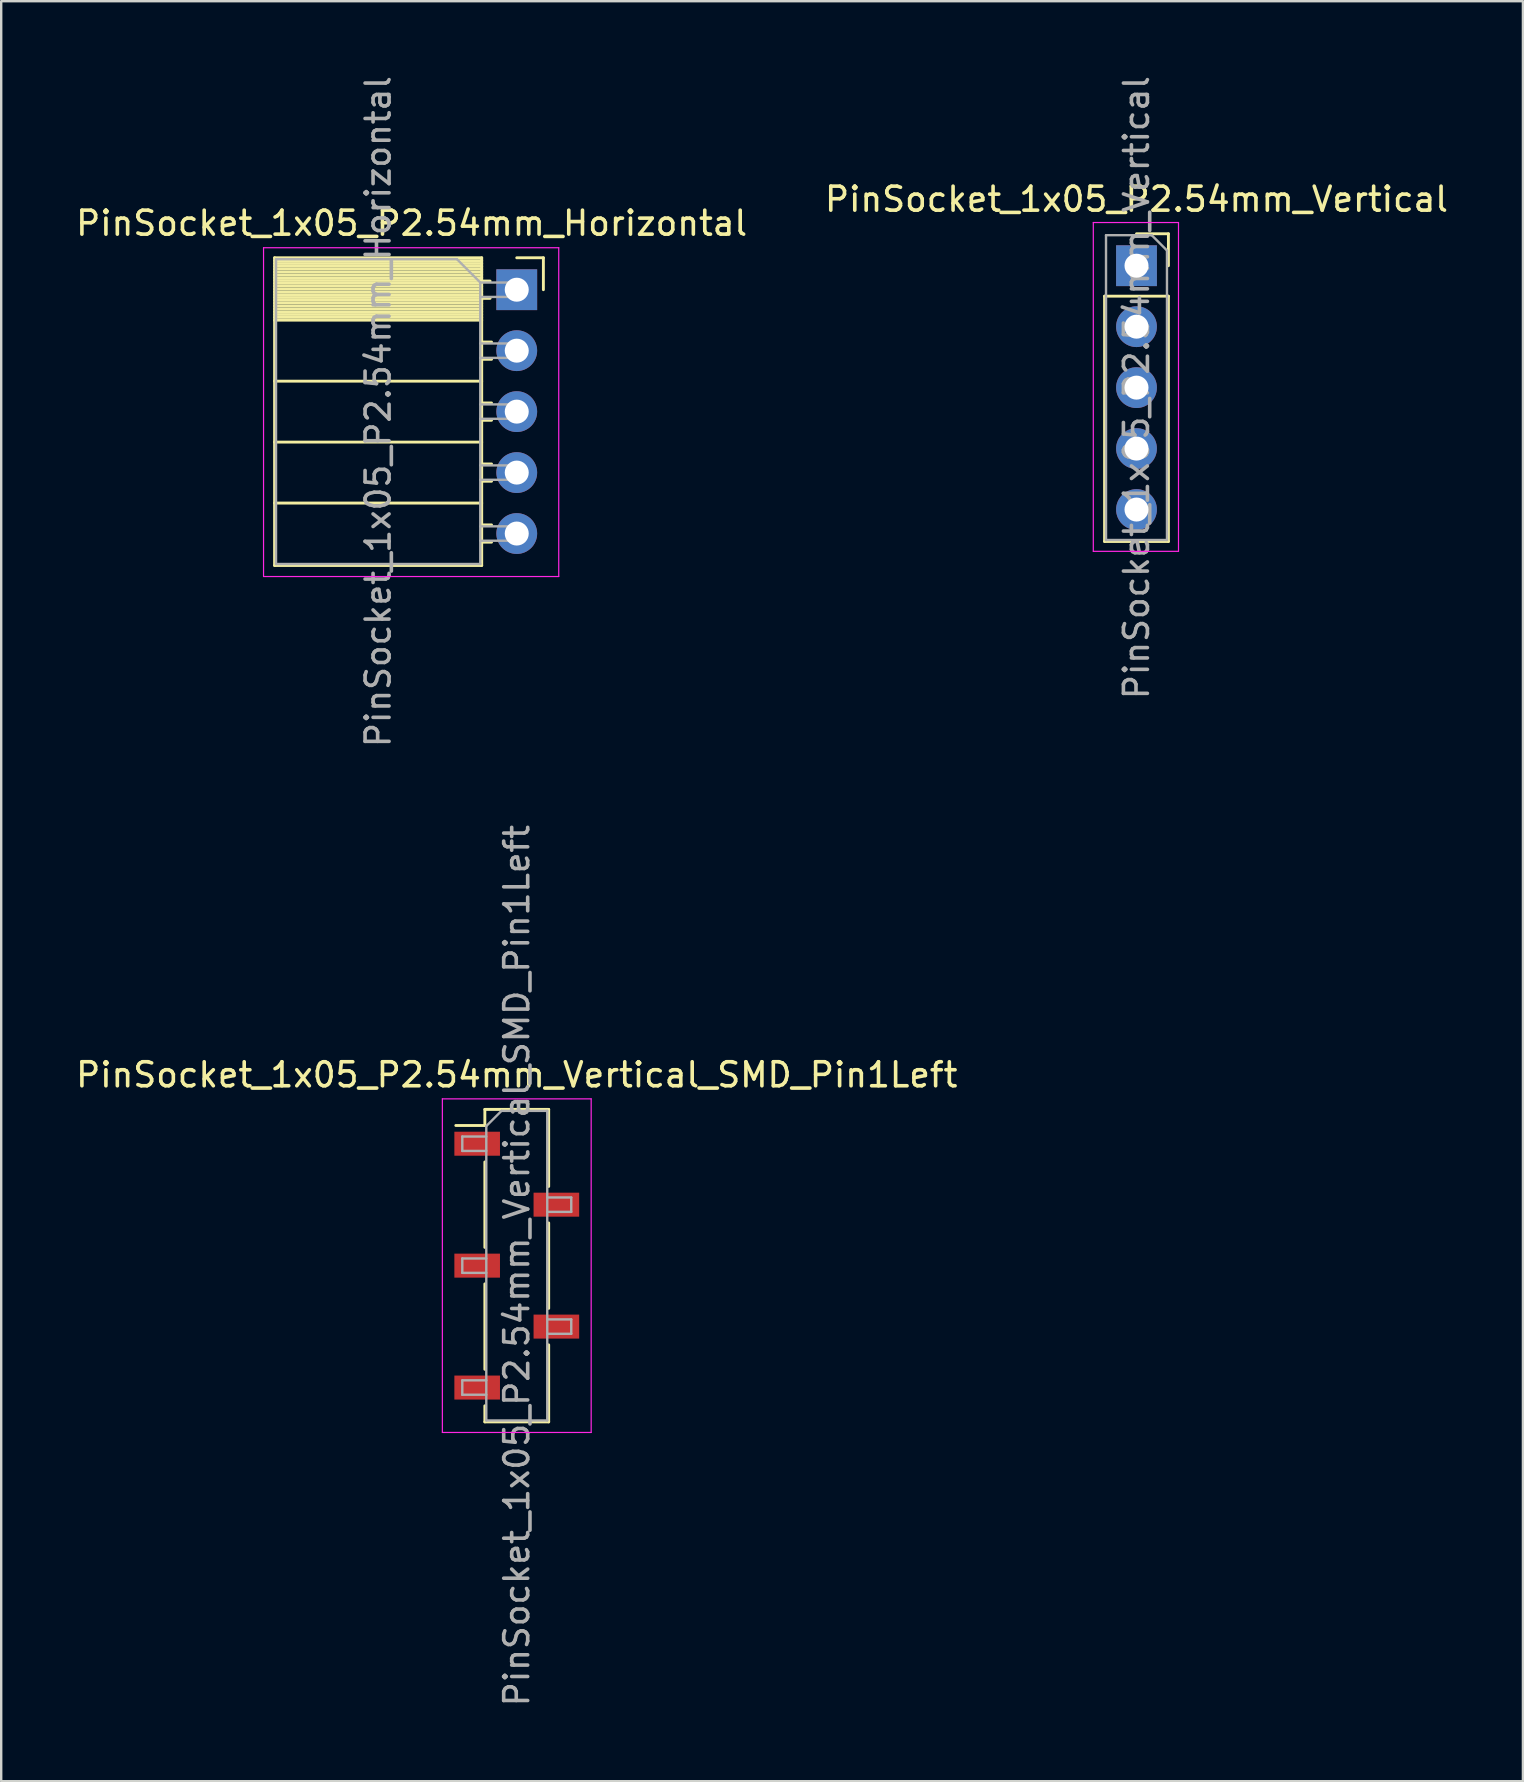
<source format=kicad_pcb>
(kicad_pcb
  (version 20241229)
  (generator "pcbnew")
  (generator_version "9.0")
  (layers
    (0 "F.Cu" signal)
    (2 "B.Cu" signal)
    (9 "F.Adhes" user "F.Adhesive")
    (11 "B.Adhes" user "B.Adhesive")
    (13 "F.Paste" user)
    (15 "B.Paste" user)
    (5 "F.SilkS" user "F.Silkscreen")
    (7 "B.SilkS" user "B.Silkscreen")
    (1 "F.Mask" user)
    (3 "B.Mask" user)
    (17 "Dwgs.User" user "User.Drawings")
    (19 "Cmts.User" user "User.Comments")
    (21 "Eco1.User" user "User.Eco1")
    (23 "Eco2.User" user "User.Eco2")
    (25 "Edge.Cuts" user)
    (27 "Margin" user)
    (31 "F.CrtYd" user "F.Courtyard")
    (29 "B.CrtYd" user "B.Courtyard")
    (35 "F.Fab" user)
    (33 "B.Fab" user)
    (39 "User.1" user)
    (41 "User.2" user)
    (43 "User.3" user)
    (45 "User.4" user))
  (footprint "PinSocket_1x05_P2.54mm_Vertical_SMD_Pin1Left"
    (layer "F.Cu")
    (at 18.482 49.685)
    (property "Reference" "PinSocket_1x05_P2.54mm_Vertical_SMD_Pin1Left" (at 0 -7.95 0) (layer "F.SilkS") (effects (font (size 1 1) (thickness 0.15))))
    (attr smd)
    (fp_line (start -2.54 -5.84) (end -1.33 -5.84) (stroke (width 0.12) (type solid)) (layer "F.SilkS"))
    (fp_line (start -1.33 -6.51) (end -1.33 -5.84) (stroke (width 0.12) (type solid)) (layer "F.SilkS"))
    (fp_line (start -1.33 -6.51) (end 1.33 -6.51) (stroke (width 0.12) (type solid)) (layer "F.SilkS"))
    (fp_line (start -1.33 -4.32) (end -1.33 -0.76) (stroke (width 0.12) (type solid)) (layer "F.SilkS"))
    (fp_line (start -1.33 0.76) (end -1.33 4.32) (stroke (width 0.12) (type solid)) (layer "F.SilkS"))
    (fp_line (start -1.33 5.84) (end -1.33 6.51) (stroke (width 0.12) (type solid)) (layer "F.SilkS"))
    (fp_line (start -1.33 6.51) (end 1.33 6.51) (stroke (width 0.12) (type solid)) (layer "F.SilkS"))
    (fp_line (start 1.33 -6.51) (end 1.33 -3.3) (stroke (width 0.12) (type solid)) (layer "F.SilkS"))
    (fp_line (start 1.33 -1.78) (end 1.33 1.78) (stroke (width 0.12) (type solid)) (layer "F.SilkS"))
    (fp_line (start 1.33 3.3) (end 1.33 6.51) (stroke (width 0.12) (type solid)) (layer "F.SilkS"))
    (fp_line (start -3.1 -6.95) (end 3.1 -6.95) (stroke (width 0.05) (type solid)) (layer "F.CrtYd"))
    (fp_line (start -3.1 6.95) (end -3.1 -6.95) (stroke (width 0.05) (type solid)) (layer "F.CrtYd"))
    (fp_line (start 3.1 -6.95) (end 3.1 6.95) (stroke (width 0.05) (type solid)) (layer "F.CrtYd"))
    (fp_line (start 3.1 6.95) (end -3.1 6.95) (stroke (width 0.05) (type solid)) (layer "F.CrtYd"))
    (fp_line (start -2.27 -5.38) (end -1.27 -5.38) (stroke (width 0.1) (type solid)) (layer "F.Fab"))
    (fp_line (start -2.27 -4.78) (end -2.27 -5.38) (stroke (width 0.1) (type solid)) (layer "F.Fab"))
    (fp_line (start -2.27 -0.3) (end -1.27 -0.3) (stroke (width 0.1) (type solid)) (layer "F.Fab"))
    (fp_line (start -2.27 0.3) (end -2.27 -0.3) (stroke (width 0.1) (type solid)) (layer "F.Fab"))
    (fp_line (start -2.27 4.78) (end -1.27 4.78) (stroke (width 0.1) (type solid)) (layer "F.Fab"))
    (fp_line (start -2.27 5.38) (end -2.27 4.78) (stroke (width 0.1) (type solid)) (layer "F.Fab"))
    (fp_line (start -1.27 -5.815) (end -0.635 -6.45) (stroke (width 0.1) (type solid)) (layer "F.Fab"))
    (fp_line (start -1.27 -4.78) (end -2.27 -4.78) (stroke (width 0.1) (type solid)) (layer "F.Fab"))
    (fp_line (start -1.27 0.3) (end -2.27 0.3) (stroke (width 0.1) (type solid)) (layer "F.Fab"))
    (fp_line (start -1.27 5.38) (end -2.27 5.38) (stroke (width 0.1) (type solid)) (layer "F.Fab"))
    (fp_line (start -1.27 6.45) (end -1.27 -5.815) (stroke (width 0.1) (type solid)) (layer "F.Fab"))
    (fp_line (start -0.635 -6.45) (end 1.27 -6.45) (stroke (width 0.1) (type solid)) (layer "F.Fab"))
    (fp_line (start 1.27 -6.45) (end 1.27 6.45) (stroke (width 0.1) (type solid)) (layer "F.Fab"))
    (fp_line (start 1.27 -2.84) (end 2.27 -2.84) (stroke (width 0.1) (type solid)) (layer "F.Fab"))
    (fp_line (start 1.27 2.24) (end 2.27 2.24) (stroke (width 0.1) (type solid)) (layer "F.Fab"))
    (fp_line (start 1.27 6.45) (end -1.27 6.45) (stroke (width 0.1) (type solid)) (layer "F.Fab"))
    (fp_line (start 2.27 -2.84) (end 2.27 -2.24) (stroke (width 0.1) (type solid)) (layer "F.Fab"))
    (fp_line (start 2.27 -2.24) (end 1.27 -2.24) (stroke (width 0.1) (type solid)) (layer "F.Fab"))
    (fp_line (start 2.27 2.24) (end 2.27 2.84) (stroke (width 0.1) (type solid)) (layer "F.Fab"))
    (fp_line (start 2.27 2.84) (end 1.27 2.84) (stroke (width 0.1) (type solid)) (layer "F.Fab"))
    (fp_text user "${REFERENCE}" (at 0 0 90) (layer "F.Fab") (effects (font (size 1 1) (thickness 0.15))))
    (pad "1" smd rect (at -1.65 -5.08) (size 1.9 1) (layers "F.Cu" "F.Mask" "F.Paste"))
    (pad "2" smd rect (at 1.65 -2.54) (size 1.9 1) (layers "F.Cu" "F.Mask" "F.Paste"))
    (pad "3" smd rect (at -1.65 0) (size 1.9 1) (layers "F.Cu" "F.Mask" "F.Paste"))
    (pad "4" smd rect (at 1.65 2.54) (size 1.9 1) (layers "F.Cu" "F.Mask" "F.Paste"))
    (pad "5" smd rect (at -1.65 5.08) (size 1.9 1) (layers "F.Cu" "F.Mask" "F.Paste")))
  (footprint "PinSocket_1x05_P2.54mm_Horizontal"
    (layer "F.Cu")
    (at 18.481 9.021)
    (property "Reference" "PinSocket_1x05_P2.54mm_Horizontal" (at -4.38 -2.77 0) (layer "F.SilkS") (effects (font (size 1 1) (thickness 0.15))))
    (attr through_hole)
    (fp_line (start -10.09 -1.33) (end -10.09 11.49) (stroke (width 0.12) (type solid)) (layer "F.SilkS"))
    (fp_line (start -10.09 -1.33) (end -1.46 -1.33) (stroke (width 0.12) (type solid)) (layer "F.SilkS"))
    (fp_line (start -10.09 -1.21) (end -1.46 -1.21) (stroke (width 0.12) (type solid)) (layer "F.SilkS"))
    (fp_line (start -10.09 -1.092) (end -1.46 -1.092) (stroke (width 0.12) (type solid)) (layer "F.SilkS"))
    (fp_line (start -10.09 -0.974) (end -1.46 -0.974) (stroke (width 0.12) (type solid)) (layer "F.SilkS"))
    (fp_line (start -10.09 -0.856) (end -1.46 -0.856) (stroke (width 0.12) (type solid)) (layer "F.SilkS"))
    (fp_line (start -10.09 -0.738) (end -1.46 -0.738) (stroke (width 0.12) (type solid)) (layer "F.SilkS"))
    (fp_line (start -10.09 -0.62) (end -1.46 -0.62) (stroke (width 0.12) (type solid)) (layer "F.SilkS"))
    (fp_line (start -10.09 -0.501) (end -1.46 -0.501) (stroke (width 0.12) (type solid)) (layer "F.SilkS"))
    (fp_line (start -10.09 -0.383) (end -1.46 -0.383) (stroke (width 0.12) (type solid)) (layer "F.SilkS"))
    (fp_line (start -10.09 -0.265) (end -1.46 -0.265) (stroke (width 0.12) (type solid)) (layer "F.SilkS"))
    (fp_line (start -10.09 -0.147) (end -1.46 -0.147) (stroke (width 0.12) (type solid)) (layer "F.SilkS"))
    (fp_line (start -10.09 -0.029) (end -1.46 -0.029) (stroke (width 0.12) (type solid)) (layer "F.SilkS"))
    (fp_line (start -10.09 0.089) (end -1.46 0.089) (stroke (width 0.12) (type solid)) (layer "F.SilkS"))
    (fp_line (start -10.09 0.207) (end -1.46 0.207) (stroke (width 0.12) (type solid)) (layer "F.SilkS"))
    (fp_line (start -10.09 0.325) (end -1.46 0.325) (stroke (width 0.12) (type solid)) (layer "F.SilkS"))
    (fp_line (start -10.09 0.443) (end -1.46 0.443) (stroke (width 0.12) (type solid)) (layer "F.SilkS"))
    (fp_line (start -10.09 0.561) (end -1.46 0.561) (stroke (width 0.12) (type solid)) (layer "F.SilkS"))
    (fp_line (start -10.09 0.68) (end -1.46 0.68) (stroke (width 0.12) (type solid)) (layer "F.SilkS"))
    (fp_line (start -10.09 0.798) (end -1.46 0.798) (stroke (width 0.12) (type solid)) (layer "F.SilkS"))
    (fp_line (start -10.09 0.916) (end -1.46 0.916) (stroke (width 0.12) (type solid)) (layer "F.SilkS"))
    (fp_line (start -10.09 1.034) (end -1.46 1.034) (stroke (width 0.12) (type solid)) (layer "F.SilkS"))
    (fp_line (start -10.09 1.152) (end -1.46 1.152) (stroke (width 0.12) (type solid)) (layer "F.SilkS"))
    (fp_line (start -10.09 1.27) (end -1.46 1.27) (stroke (width 0.12) (type solid)) (layer "F.SilkS"))
    (fp_line (start -10.09 3.81) (end -1.46 3.81) (stroke (width 0.12) (type solid)) (layer "F.SilkS"))
    (fp_line (start -10.09 6.35) (end -1.46 6.35) (stroke (width 0.12) (type solid)) (layer "F.SilkS"))
    (fp_line (start -10.09 8.89) (end -1.46 8.89) (stroke (width 0.12) (type solid)) (layer "F.SilkS"))
    (fp_line (start -10.09 11.49) (end -1.46 11.49) (stroke (width 0.12) (type solid)) (layer "F.SilkS"))
    (fp_line (start -1.46 -1.33) (end -1.46 11.49) (stroke (width 0.12) (type solid)) (layer "F.SilkS"))
    (fp_line (start -1.46 -0.36) (end -1.11 -0.36) (stroke (width 0.12) (type solid)) (layer "F.SilkS"))
    (fp_line (start -1.46 0.36) (end -1.11 0.36) (stroke (width 0.12) (type solid)) (layer "F.SilkS"))
    (fp_line (start -1.46 2.18) (end -1.05 2.18) (stroke (width 0.12) (type solid)) (layer "F.SilkS"))
    (fp_line (start -1.46 2.9) (end -1.05 2.9) (stroke (width 0.12) (type solid)) (layer "F.SilkS"))
    (fp_line (start -1.46 4.72) (end -1.05 4.72) (stroke (width 0.12) (type solid)) (layer "F.SilkS"))
    (fp_line (start -1.46 5.44) (end -1.05 5.44) (stroke (width 0.12) (type solid)) (layer "F.SilkS"))
    (fp_line (start -1.46 7.26) (end -1.05 7.26) (stroke (width 0.12) (type solid)) (layer "F.SilkS"))
    (fp_line (start -1.46 7.98) (end -1.05 7.98) (stroke (width 0.12) (type solid)) (layer "F.SilkS"))
    (fp_line (start -1.46 9.8) (end -1.05 9.8) (stroke (width 0.12) (type solid)) (layer "F.SilkS"))
    (fp_line (start -1.46 10.52) (end -1.05 10.52) (stroke (width 0.12) (type solid)) (layer "F.SilkS"))
    (fp_line (start 0 -1.33) (end 1.11 -1.33) (stroke (width 0.12) (type solid)) (layer "F.SilkS"))
    (fp_line (start 1.11 -1.33) (end 1.11 0) (stroke (width 0.12) (type solid)) (layer "F.SilkS"))
    (fp_line (start -10.55 -1.75) (end -10.55 11.95) (stroke (width 0.05) (type solid)) (layer "F.CrtYd"))
    (fp_line (start -10.55 11.95) (end 1.75 11.95) (stroke (width 0.05) (type solid)) (layer "F.CrtYd"))
    (fp_line (start 1.75 -1.75) (end -10.55 -1.75) (stroke (width 0.05) (type solid)) (layer "F.CrtYd"))
    (fp_line (start 1.75 11.95) (end 1.75 -1.75) (stroke (width 0.05) (type solid)) (layer "F.CrtYd"))
    (fp_line (start -10.03 -1.27) (end -2.49 -1.27) (stroke (width 0.1) (type solid)) (layer "F.Fab"))
    (fp_line (start -10.03 11.43) (end -10.03 -1.27) (stroke (width 0.1) (type solid)) (layer "F.Fab"))
    (fp_line (start -2.49 -1.27) (end -1.52 -0.3) (stroke (width 0.1) (type solid)) (layer "F.Fab"))
    (fp_line (start -1.52 -0.3) (end -1.52 11.43) (stroke (width 0.1) (type solid)) (layer "F.Fab"))
    (fp_line (start -1.52 0.3) (end 0 0.3) (stroke (width 0.1) (type solid)) (layer "F.Fab"))
    (fp_line (start -1.52 2.84) (end 0 2.84) (stroke (width 0.1) (type solid)) (layer "F.Fab"))
    (fp_line (start -1.52 5.38) (end 0 5.38) (stroke (width 0.1) (type solid)) (layer "F.Fab"))
    (fp_line (start -1.52 7.92) (end 0 7.92) (stroke (width 0.1) (type solid)) (layer "F.Fab"))
    (fp_line (start -1.52 10.46) (end 0 10.46) (stroke (width 0.1) (type solid)) (layer "F.Fab"))
    (fp_line (start -1.52 11.43) (end -10.03 11.43) (stroke (width 0.1) (type solid)) (layer "F.Fab"))
    (fp_line (start 0 -0.3) (end -1.52 -0.3) (stroke (width 0.1) (type solid)) (layer "F.Fab"))
    (fp_line (start 0 0.3) (end 0 -0.3) (stroke (width 0.1) (type solid)) (layer "F.Fab"))
    (fp_line (start 0 2.24) (end -1.52 2.24) (stroke (width 0.1) (type solid)) (layer "F.Fab"))
    (fp_line (start 0 2.84) (end 0 2.24) (stroke (width 0.1) (type solid)) (layer "F.Fab"))
    (fp_line (start 0 4.78) (end -1.52 4.78) (stroke (width 0.1) (type solid)) (layer "F.Fab"))
    (fp_line (start 0 5.38) (end 0 4.78) (stroke (width 0.1) (type solid)) (layer "F.Fab"))
    (fp_line (start 0 7.32) (end -1.52 7.32) (stroke (width 0.1) (type solid)) (layer "F.Fab"))
    (fp_line (start 0 7.92) (end 0 7.32) (stroke (width 0.1) (type solid)) (layer "F.Fab"))
    (fp_line (start 0 9.86) (end -1.52 9.86) (stroke (width 0.1) (type solid)) (layer "F.Fab"))
    (fp_line (start 0 10.46) (end 0 9.86) (stroke (width 0.1) (type solid)) (layer "F.Fab"))
    (fp_text user "${REFERENCE}" (at -5.775 5.08 90) (layer "F.Fab") (effects (font (size 1 1) (thickness 0.15))))
    (pad "1" thru_hole rect (at 0 0) (size 1.7 1.7) (drill 1) (layers "*.Cu" "*.Mask"))
    (pad "2" thru_hole oval (at 0 2.54) (size 1.7 1.7) (drill 1) (layers "*.Cu" "*.Mask"))
    (pad "3" thru_hole oval (at 0 5.08) (size 1.7 1.7) (drill 1) (layers "*.Cu" "*.Mask"))
    (pad "4" thru_hole oval (at 0 7.62) (size 1.7 1.7) (drill 1) (layers "*.Cu" "*.Mask"))
    (pad "5" thru_hole oval (at 0 10.16) (size 1.7 1.7) (drill 1) (layers "*.Cu" "*.Mask")))
  (footprint "PinSocket_1x05_P2.54mm_Vertical"
    (layer "F.Cu")
    (at 44.304 8.021)
    (property "Reference" "PinSocket_1x05_P2.54mm_Vertical" (at 0 -2.77 0) (layer "F.SilkS") (effects (font (size 1 1) (thickness 0.15))))
    (attr through_hole)
    (fp_line (start -1.33 1.27) (end -1.33 11.49) (stroke (width 0.12) (type solid)) (layer "F.SilkS"))
    (fp_line (start -1.33 1.27) (end 1.33 1.27) (stroke (width 0.12) (type solid)) (layer "F.SilkS"))
    (fp_line (start -1.33 11.49) (end 1.33 11.49) (stroke (width 0.12) (type solid)) (layer "F.SilkS"))
    (fp_line (start 0 -1.33) (end 1.33 -1.33) (stroke (width 0.12) (type solid)) (layer "F.SilkS"))
    (fp_line (start 1.33 -1.33) (end 1.33 0) (stroke (width 0.12) (type solid)) (layer "F.SilkS"))
    (fp_line (start 1.33 1.27) (end 1.33 11.49) (stroke (width 0.12) (type solid)) (layer "F.SilkS"))
    (fp_line (start -1.8 -1.8) (end 1.75 -1.8) (stroke (width 0.05) (type solid)) (layer "F.CrtYd"))
    (fp_line (start -1.8 11.9) (end -1.8 -1.8) (stroke (width 0.05) (type solid)) (layer "F.CrtYd"))
    (fp_line (start 1.75 -1.8) (end 1.75 11.9) (stroke (width 0.05) (type solid)) (layer "F.CrtYd"))
    (fp_line (start 1.75 11.9) (end -1.8 11.9) (stroke (width 0.05) (type solid)) (layer "F.CrtYd"))
    (fp_line (start -1.27 -1.27) (end 0.635 -1.27) (stroke (width 0.1) (type solid)) (layer "F.Fab"))
    (fp_line (start -1.27 11.43) (end -1.27 -1.27) (stroke (width 0.1) (type solid)) (layer "F.Fab"))
    (fp_line (start 0.635 -1.27) (end 1.27 -0.635) (stroke (width 0.1) (type solid)) (layer "F.Fab"))
    (fp_line (start 1.27 -0.635) (end 1.27 11.43) (stroke (width 0.1) (type solid)) (layer "F.Fab"))
    (fp_line (start 1.27 11.43) (end -1.27 11.43) (stroke (width 0.1) (type solid)) (layer "F.Fab"))
    (fp_text user "${REFERENCE}" (at 0 5.08 90) (layer "F.Fab") (effects (font (size 1 1) (thickness 0.15))))
    (pad "1" thru_hole rect (at 0 0) (size 1.7 1.7) (drill 1) (layers "*.Cu" "*.Mask"))
    (pad "2" thru_hole oval (at 0 2.54) (size 1.7 1.7) (drill 1) (layers "*.Cu" "*.Mask"))
    (pad "3" thru_hole oval (at 0 5.08) (size 1.7 1.7) (drill 1) (layers "*.Cu" "*.Mask"))
    (pad "4" thru_hole oval (at 0 7.62) (size 1.7 1.7) (drill 1) (layers "*.Cu" "*.Mask"))
    (pad "5" thru_hole oval (at 0 10.16) (size 1.7 1.7) (drill 1) (layers "*.Cu" "*.Mask")))
  (gr_rect
    (start -3 -3)
    (end 60.405 71.167)
    (stroke (width 0.1) (type default))
    (fill no)
    (layer "Edge.Cuts")))
</source>
